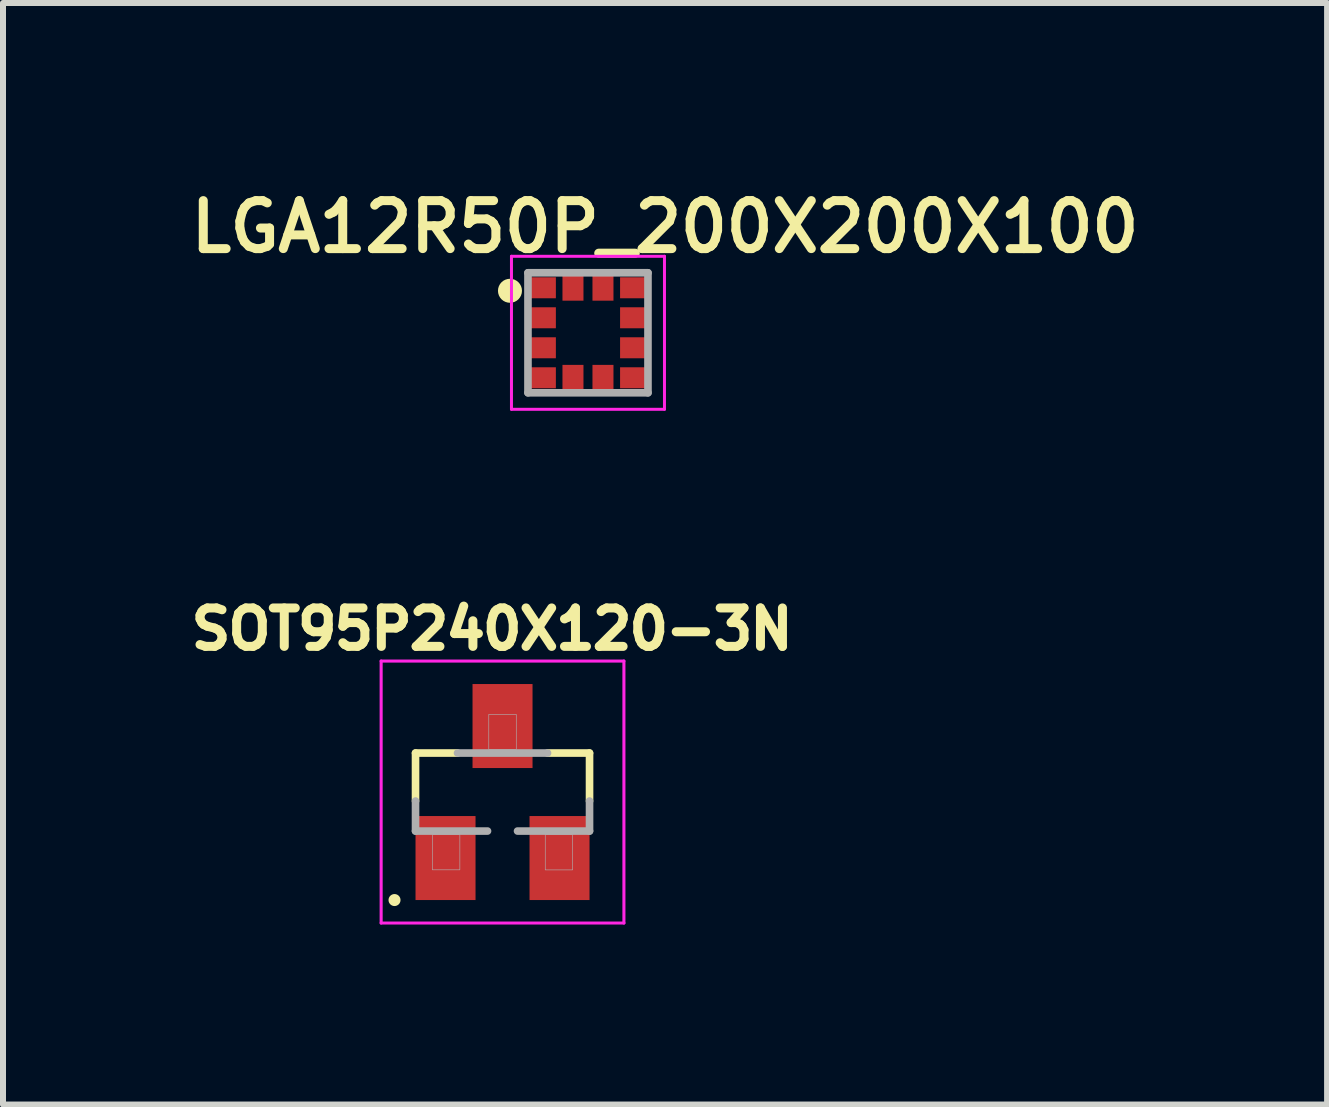
<source format=kicad_pcb>
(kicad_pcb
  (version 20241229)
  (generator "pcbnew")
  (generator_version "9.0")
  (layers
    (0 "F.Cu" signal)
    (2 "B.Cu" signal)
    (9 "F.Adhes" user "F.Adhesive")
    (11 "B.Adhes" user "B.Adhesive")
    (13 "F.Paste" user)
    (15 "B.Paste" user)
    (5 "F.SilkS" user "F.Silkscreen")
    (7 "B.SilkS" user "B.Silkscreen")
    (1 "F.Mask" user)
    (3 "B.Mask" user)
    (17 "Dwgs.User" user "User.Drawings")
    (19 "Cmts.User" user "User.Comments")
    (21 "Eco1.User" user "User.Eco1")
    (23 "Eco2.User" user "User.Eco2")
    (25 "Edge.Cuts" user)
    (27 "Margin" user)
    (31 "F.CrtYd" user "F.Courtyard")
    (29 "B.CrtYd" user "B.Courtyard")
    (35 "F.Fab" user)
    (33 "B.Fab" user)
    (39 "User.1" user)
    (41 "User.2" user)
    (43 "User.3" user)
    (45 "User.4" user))
  (footprint "LGA12R50P_200X200X100"
    (layer "F.Cu")
    (at 6.749 2.496)
    (property "Reference" "LGA12R50P_200X200X100" (at 1.284 -1.765 0) (layer "F.SilkS") (effects (font (size 0.8 0.8) (thickness 0.15))))
    (attr smd)
    (fp_poly (pts (xy -1.026 -0.46) (xy -0.5 -0.46) (xy -0.5 -0.04) (xy -1.026 -0.04)) (stroke (width 0.01) (type solid)) (fill yes) (layer "F.Mask"))
    (fp_poly (pts (xy -1.024 0.04) (xy -0.5 0.04) (xy -0.5 0.462) (xy -1.024 0.462)) (stroke (width 0.01) (type solid)) (fill yes) (layer "F.Mask"))
    (fp_poly (pts (xy -1.024 -0.96) (xy -0.5 -0.96) (xy -0.5 -0.542) (xy -1.024 -0.542)) (stroke (width 0.01) (type solid)) (fill yes) (layer "F.Mask"))
    (fp_poly (pts (xy -1.024 0.54) (xy -0.5 0.54) (xy -0.5 0.963) (xy -1.024 0.963)) (stroke (width 0.01) (type solid)) (fill yes) (layer "F.Mask"))
    (fp_poly (pts (xy -0.462 0.5) (xy -0.04 0.5) (xy -0.04 1.024) (xy -0.462 1.024)) (stroke (width 0.01) (type solid)) (fill yes) (layer "F.Mask"))
    (fp_poly (pts (xy -0.462 -1.02) (xy -0.04 -1.02) (xy -0.04 -0.502) (xy -0.462 -0.502)) (stroke (width 0.01) (type solid)) (fill yes) (layer "F.Mask"))
    (fp_poly (pts (xy 0.04 -1.02) (xy 0.46 -1.02) (xy 0.46 -0.501) (xy 0.04 -0.501)) (stroke (width 0.01) (type solid)) (fill yes) (layer "F.Mask"))
    (fp_poly (pts (xy 0.04 0.5) (xy 0.46 0.5) (xy 0.46 1.026) (xy 0.04 1.026)) (stroke (width 0.01) (type solid)) (fill yes) (layer "F.Mask"))
    (fp_poly (pts (xy 0.506 0.04) (xy 1.025 0.04) (xy 1.025 0.461) (xy 0.506 0.461)) (stroke (width 0.01) (type solid)) (fill yes) (layer "F.Mask"))
    (fp_poly (pts (xy 0.506 -0.46) (xy 1.025 -0.46) (xy 1.025 -0.04) (xy 0.506 -0.04)) (stroke (width 0.01) (type solid)) (fill yes) (layer "F.Mask"))
    (fp_poly (pts (xy 0.508 -0.96) (xy 1.025 -0.96) (xy 1.025 -0.543) (xy 0.508 -0.543)) (stroke (width 0.01) (type solid)) (fill yes) (layer "F.Mask"))
    (fp_poly (pts (xy 0.508 0.54) (xy 1.025 0.54) (xy 1.025 0.966) (xy 0.508 0.966)) (stroke (width 0.01) (type solid)) (fill yes) (layer "F.Mask"))
    (fp_circle (center -1.3 -0.7) (end -1.2 -0.7) (stroke (width 0.2) (type solid)) (fill no) (layer "F.SilkS"))
    (fp_line (start -1.275 -1.275) (end 1.275 -1.275) (stroke (width 0.05) (type solid)) (layer "F.CrtYd"))
    (fp_line (start -1.275 1.275) (end -1.275 -1.275) (stroke (width 0.05) (type solid)) (layer "F.CrtYd"))
    (fp_line (start 1.275 -1.275) (end 1.275 1.275) (stroke (width 0.05) (type solid)) (layer "F.CrtYd"))
    (fp_line (start 1.275 1.275) (end -1.275 1.275) (stroke (width 0.05) (type solid)) (layer "F.CrtYd"))
    (fp_line (start -1 -1) (end 1 -1) (stroke (width 0.127) (type solid)) (layer "F.Fab"))
    (fp_line (start -1 1) (end -1 -1) (stroke (width 0.127) (type solid)) (layer "F.Fab"))
    (fp_line (start 1 1) (end -1 1) (stroke (width 0.127) (type solid)) (layer "F.Fab"))
    (fp_line (start 1 1) (end 1 -1) (stroke (width 0.127) (type solid)) (layer "F.Fab"))
    (pad "1" smd rect (at -0.76 -0.75) (size 0.45 0.35) (layers "F.Cu" "F.Paste"))
    (pad "2" smd rect (at -0.76 -0.25) (size 0.45 0.35) (layers "F.Cu" "F.Paste"))
    (pad "3" smd rect (at -0.76 0.25) (size 0.45 0.35) (layers "F.Cu" "F.Paste"))
    (pad "4" smd rect (at -0.76 0.75) (size 0.45 0.35) (layers "F.Cu" "F.Paste"))
    (pad "5" smd rect (at -0.25 0.76 90) (size 0.45 0.35) (layers "F.Cu" "F.Paste"))
    (pad "6" smd rect (at 0.25 0.76 90) (size 0.45 0.35) (layers "F.Cu" "F.Paste"))
    (pad "7" smd rect (at 0.76 0.75) (size 0.45 0.35) (layers "F.Cu" "F.Paste"))
    (pad "8" smd rect (at 0.76 0.25) (size 0.45 0.35) (layers "F.Cu" "F.Paste"))
    (pad "9" smd rect (at 0.76 -0.25) (size 0.45 0.35) (layers "F.Cu" "F.Paste"))
    (pad "10" smd rect (at 0.76 -0.75) (size 0.45 0.35) (layers "F.Cu" "F.Paste"))
    (pad "11" smd rect (at 0.25 -0.76 90) (size 0.45 0.35) (layers "F.Cu" "F.Paste"))
    (pad "12" smd rect (at -0.25 -0.76 90) (size 0.45 0.35) (layers "F.Cu" "F.Paste")))
  (footprint "SOT95P240X120-3N"
    (layer "F.Cu")
    (at 5.325 10.15)
    (property "Reference" "SOT95P240X120-3N" (at -0.173 -2.716 0) (layer "F.SilkS") (effects (font (size 0.641 0.641) (thickness 0.15))))
    (attr smd)
    (fp_line (start -1.45 -0.65) (end -1.45 0.15) (stroke (width 0.127) (type solid)) (layer "F.SilkS"))
    (fp_line (start -1.45 -0.65) (end -0.75 -0.65) (stroke (width 0.127) (type solid)) (layer "F.SilkS"))
    (fp_line (start 1.45 -0.65) (end 0.75 -0.65) (stroke (width 0.127) (type solid)) (layer "F.SilkS"))
    (fp_line (start 1.45 -0.65) (end 1.45 0.15) (stroke (width 0.127) (type solid)) (layer "F.SilkS"))
    (fp_circle (center -1.8 1.8) (end -1.7 1.8) (stroke (width 0) (type solid)) (fill yes) (layer "F.SilkS"))
    (fp_line (start -2.023 -2.183) (end 2.023 -2.183) (stroke (width 0.051) (type solid)) (layer "F.CrtYd"))
    (fp_line (start -2.023 2.183) (end -2.023 -2.183) (stroke (width 0.051) (type solid)) (layer "F.CrtYd"))
    (fp_line (start 2.023 -2.183) (end 2.023 2.183) (stroke (width 0.051) (type solid)) (layer "F.CrtYd"))
    (fp_line (start 2.023 2.183) (end -2.023 2.183) (stroke (width 0.051) (type solid)) (layer "F.CrtYd"))
    (fp_line (start -1.45 0.15) (end -1.45 0.65) (stroke (width 0.127) (type solid)) (layer "F.Fab"))
    (fp_line (start -1.45 0.65) (end -0.25 0.65) (stroke (width 0.127) (type solid)) (layer "F.Fab"))
    (fp_line (start -0.75 -0.65) (end 0.75 -0.65) (stroke (width 0.127) (type solid)) (layer "F.Fab"))
    (fp_line (start 0.25 0.65) (end 1.45 0.65) (stroke (width 0.127) (type solid)) (layer "F.Fab"))
    (fp_line (start 1.45 0.65) (end 1.45 0.15) (stroke (width 0.127) (type solid)) (layer "F.Fab"))
    (fp_poly (pts (xy -1.169 0.711) (xy -0.711 0.711) (xy -0.711 1.296) (xy -1.169 1.296)) (stroke (width 0.01) (type solid)) (fill no) (layer "F.Fab"))
    (fp_poly (pts (xy -0.229 -1.295) (xy 0.229 -1.295) (xy 0.229 -0.712) (xy -0.229 -0.712)) (stroke (width 0.01) (type solid)) (fill no) (layer "F.Fab"))
    (fp_poly (pts (xy 0.712 0.711) (xy 1.168 0.711) (xy 1.168 1.298) (xy 0.712 1.298)) (stroke (width 0.01) (type solid)) (fill no) (layer "F.Fab"))
    (pad "1" smd rect (at -0.95 1.1) (size 1 1.4) (layers "F.Cu" "F.Mask" "F.Paste"))
    (pad "2" smd rect (at 0.95 1.1) (size 1 1.4) (layers "F.Cu" "F.Mask" "F.Paste"))
    (pad "3" smd rect (at 0 -1.1) (size 1 1.4) (layers "F.Cu" "F.Mask" "F.Paste")))
  (gr_rect
    (start -3 -3)
    (end 19.067 15.358)
    (stroke (width 0.1) (type default))
    (fill no)
    (layer "Edge.Cuts")))
</source>
